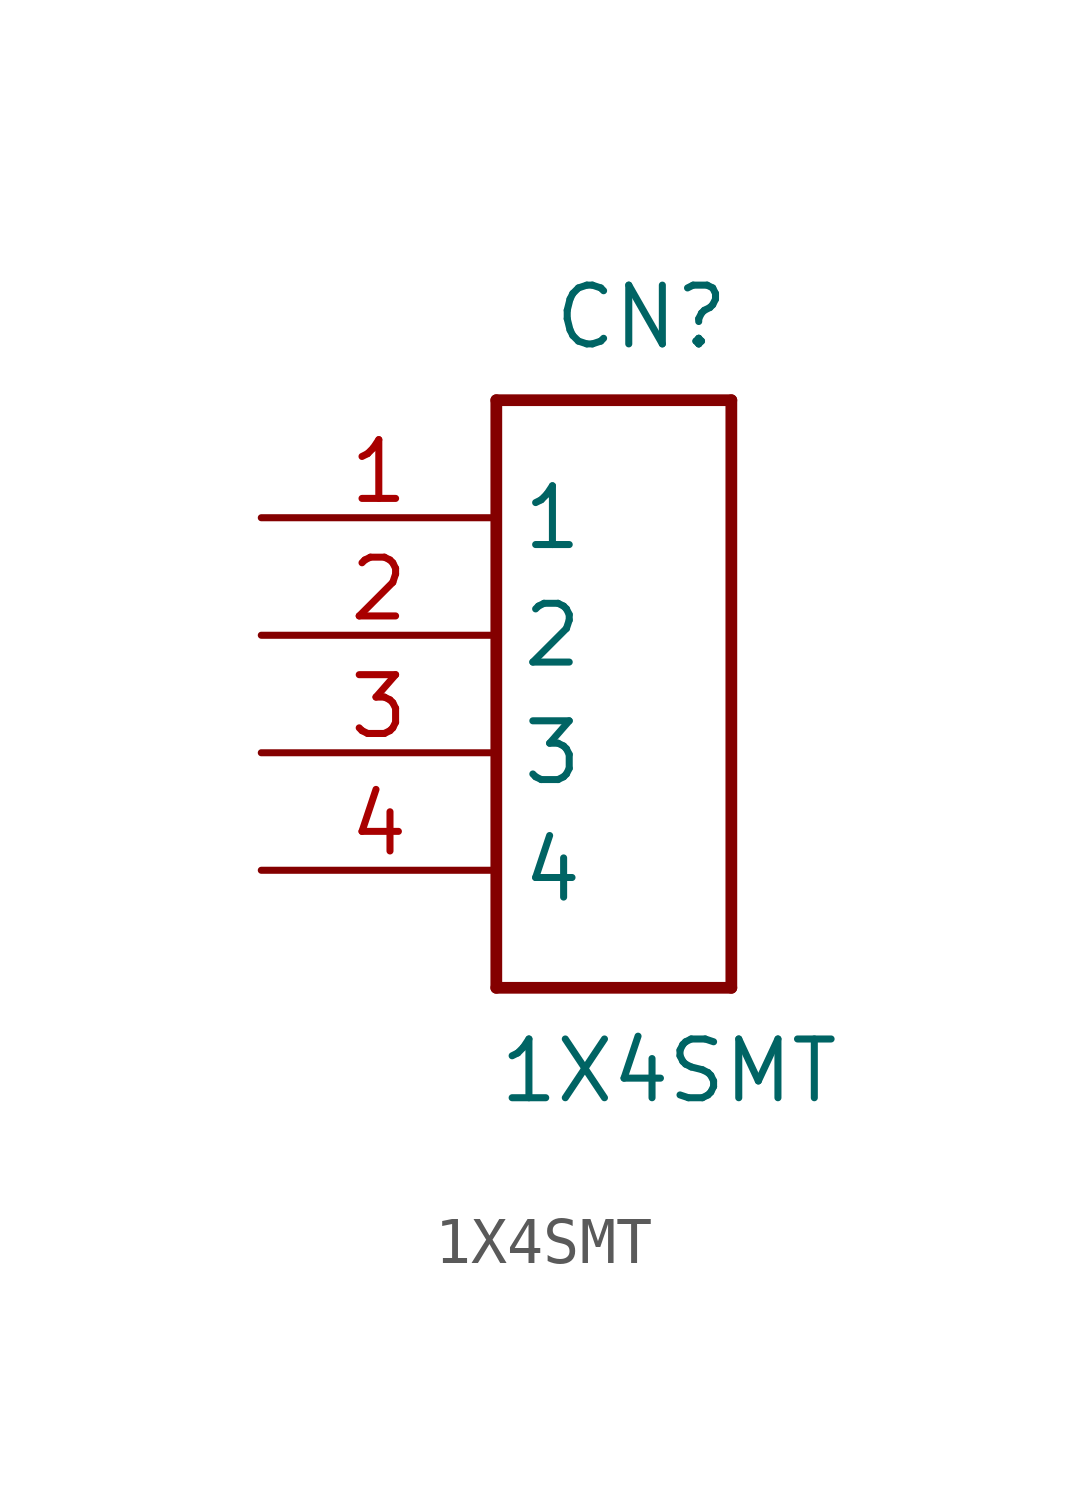
<source format=kicad_sym>
(kicad_symbol_lib
  (version 20211014)
  (generator kicad_symbol_editor)
  (symbol "1X4SMT"
    (property "Reference" "CN"
      (at 5.08 7.62 0)
      (effects (font (size 1.27 1.27)) (justify right top)))
    (property "Value" "1X4SMT"
      (at 0 -10.16 0)
      (effects (font (size 1.27 1.27)) (justify left bottom)))
    (property "ki_locked" ""
      (at 0 0 0)
      (effects (font (size 1.27 1.27))))
    (symbol "1X4SMT_1_0"
      (polyline (pts (xy 0 -7.62) (xy 0 5.08)) (stroke (width 0.254) (type default) (color 0 0 0 0)) (fill (type none)))
      (polyline (pts (xy 0 5.08) (xy 5.08 5.08)) (stroke (width 0.254) (type default) (color 0 0 0 0)) (fill (type none)))
      (polyline (pts (xy 5.08 -7.62) (xy 0 -7.62)) (stroke (width 0.254) (type default) (color 0 0 0 0)) (fill (type none)))
      (polyline (pts (xy 5.08 5.08) (xy 5.08 -7.62)) (stroke (width 0.254) (type default) (color 0 0 0 0)) (fill (type none)))
      (pin bidirectional line (at -5.08 2.54 0) (length 5.08) (name "1" (effects (font (size 1.27 1.27)))) (number "1" (effects (font (size 1.27 1.27)))))
      (pin bidirectional line (at -5.08 0 0) (length 5.08) (name "2" (effects (font (size 1.27 1.27)))) (number "2" (effects (font (size 1.27 1.27)))))
      (pin bidirectional line (at -5.08 -2.54 0) (length 5.08) (name "3" (effects (font (size 1.27 1.27)))) (number "3" (effects (font (size 1.27 1.27)))))
      (pin bidirectional line (at -5.08 -5.08 0) (length 5.08) (name "4" (effects (font (size 1.27 1.27)))) (number "4" (effects (font (size 1.27 1.27))))))))
</source>
